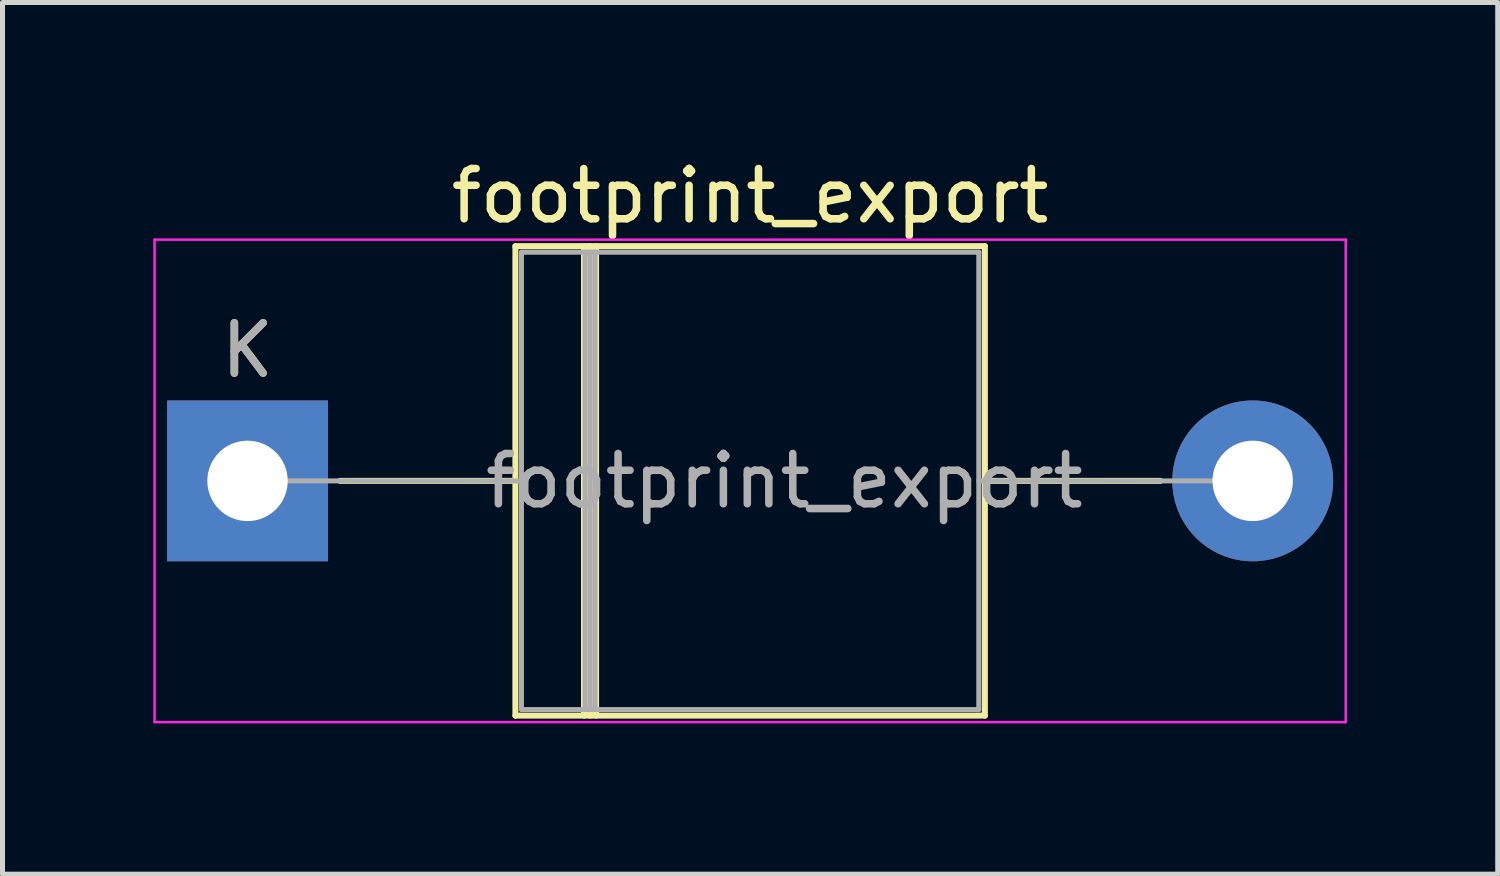
<source format=kicad_pcb>
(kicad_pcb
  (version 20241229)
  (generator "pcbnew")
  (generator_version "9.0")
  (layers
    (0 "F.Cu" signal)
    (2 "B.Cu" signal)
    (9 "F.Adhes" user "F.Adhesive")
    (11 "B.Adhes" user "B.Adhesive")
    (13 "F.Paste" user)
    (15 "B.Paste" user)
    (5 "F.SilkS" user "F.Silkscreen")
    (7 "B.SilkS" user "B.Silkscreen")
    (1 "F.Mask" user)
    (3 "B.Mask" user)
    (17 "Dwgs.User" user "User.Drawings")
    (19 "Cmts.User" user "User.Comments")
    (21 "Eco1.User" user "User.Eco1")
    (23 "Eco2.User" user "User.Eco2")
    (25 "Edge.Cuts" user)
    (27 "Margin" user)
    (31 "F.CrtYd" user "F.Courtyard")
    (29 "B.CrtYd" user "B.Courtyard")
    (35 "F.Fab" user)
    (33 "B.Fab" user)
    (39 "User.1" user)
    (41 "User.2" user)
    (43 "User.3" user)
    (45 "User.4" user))
  (footprint "footprint_export"
    (layer "F.Cu")
    (at 1.875 6.518)
    (property "Reference" "footprint_export" (at 10 -5.67 0) (layer "F.SilkS") (effects (font (size 1 1) (thickness 0.15))))
    (attr through_hole)
    (fp_line (start 1.84 0) (end 5.33 0) (stroke (width 0.12) (type solid)) (layer "F.SilkS"))
    (fp_line (start 5.33 -4.67) (end 5.33 4.67) (stroke (width 0.12) (type solid)) (layer "F.SilkS"))
    (fp_line (start 5.33 4.67) (end 14.67 4.67) (stroke (width 0.12) (type solid)) (layer "F.SilkS"))
    (fp_line (start 6.695 -4.67) (end 6.695 4.67) (stroke (width 0.12) (type solid)) (layer "F.SilkS"))
    (fp_line (start 6.815 -4.67) (end 6.815 4.67) (stroke (width 0.12) (type solid)) (layer "F.SilkS"))
    (fp_line (start 6.935 -4.67) (end 6.935 4.67) (stroke (width 0.12) (type solid)) (layer "F.SilkS"))
    (fp_line (start 14.67 -4.67) (end 5.33 -4.67) (stroke (width 0.12) (type solid)) (layer "F.SilkS"))
    (fp_line (start 14.67 4.67) (end 14.67 -4.67) (stroke (width 0.12) (type solid)) (layer "F.SilkS"))
    (fp_line (start 18.16 0) (end 14.67 0) (stroke (width 0.12) (type solid)) (layer "F.SilkS"))
    (fp_line (start -1.85 -4.8) (end -1.85 4.8) (stroke (width 0.05) (type solid)) (layer "F.CrtYd"))
    (fp_line (start -1.85 4.8) (end 21.85 4.8) (stroke (width 0.05) (type solid)) (layer "F.CrtYd"))
    (fp_line (start 21.85 -4.8) (end -1.85 -4.8) (stroke (width 0.05) (type solid)) (layer "F.CrtYd"))
    (fp_line (start 21.85 4.8) (end 21.85 -4.8) (stroke (width 0.05) (type solid)) (layer "F.CrtYd"))
    (fp_line (start 0 0) (end 5.45 0) (stroke (width 0.1) (type solid)) (layer "F.Fab"))
    (fp_line (start 5.45 -4.55) (end 5.45 4.55) (stroke (width 0.1) (type solid)) (layer "F.Fab"))
    (fp_line (start 5.45 4.55) (end 14.55 4.55) (stroke (width 0.1) (type solid)) (layer "F.Fab"))
    (fp_line (start 6.715 -4.55) (end 6.715 4.55) (stroke (width 0.1) (type solid)) (layer "F.Fab"))
    (fp_line (start 6.815 -4.55) (end 6.815 4.55) (stroke (width 0.1) (type solid)) (layer "F.Fab"))
    (fp_line (start 6.915 -4.55) (end 6.915 4.55) (stroke (width 0.1) (type solid)) (layer "F.Fab"))
    (fp_line (start 14.55 -4.55) (end 5.45 -4.55) (stroke (width 0.1) (type solid)) (layer "F.Fab"))
    (fp_line (start 14.55 4.55) (end 14.55 -4.55) (stroke (width 0.1) (type solid)) (layer "F.Fab"))
    (fp_line (start 20 0) (end 14.55 0) (stroke (width 0.1) (type solid)) (layer "F.Fab"))
    (fp_text user "K" (at 0 -2.6 0) (layer "F.SilkS") (effects (font (size 1 1) (thickness 0.15))))
    (fp_text user "K" (at 0 -2.6 0) (layer "F.Fab") (effects (font (size 1 1) (thickness 0.15))))
    (fp_text user "${REFERENCE}" (at 10.682 0 0) (layer "F.Fab") (effects (font (size 1 1) (thickness 0.15))))
    (pad "1" thru_hole rect (at 0 0) (size 3.2 3.2) (drill 1.6) (layers "*.Cu" "*.Mask"))
    (pad "2" thru_hole oval (at 20 0) (size 3.2 3.2) (drill 1.6) (layers "*.Cu" "*.Mask")))
  (gr_rect
    (start -3 -3)
    (end 26.75 14.343)
    (stroke (width 0.1) (type default))
    (fill no)
    (layer "Edge.Cuts")))
</source>
